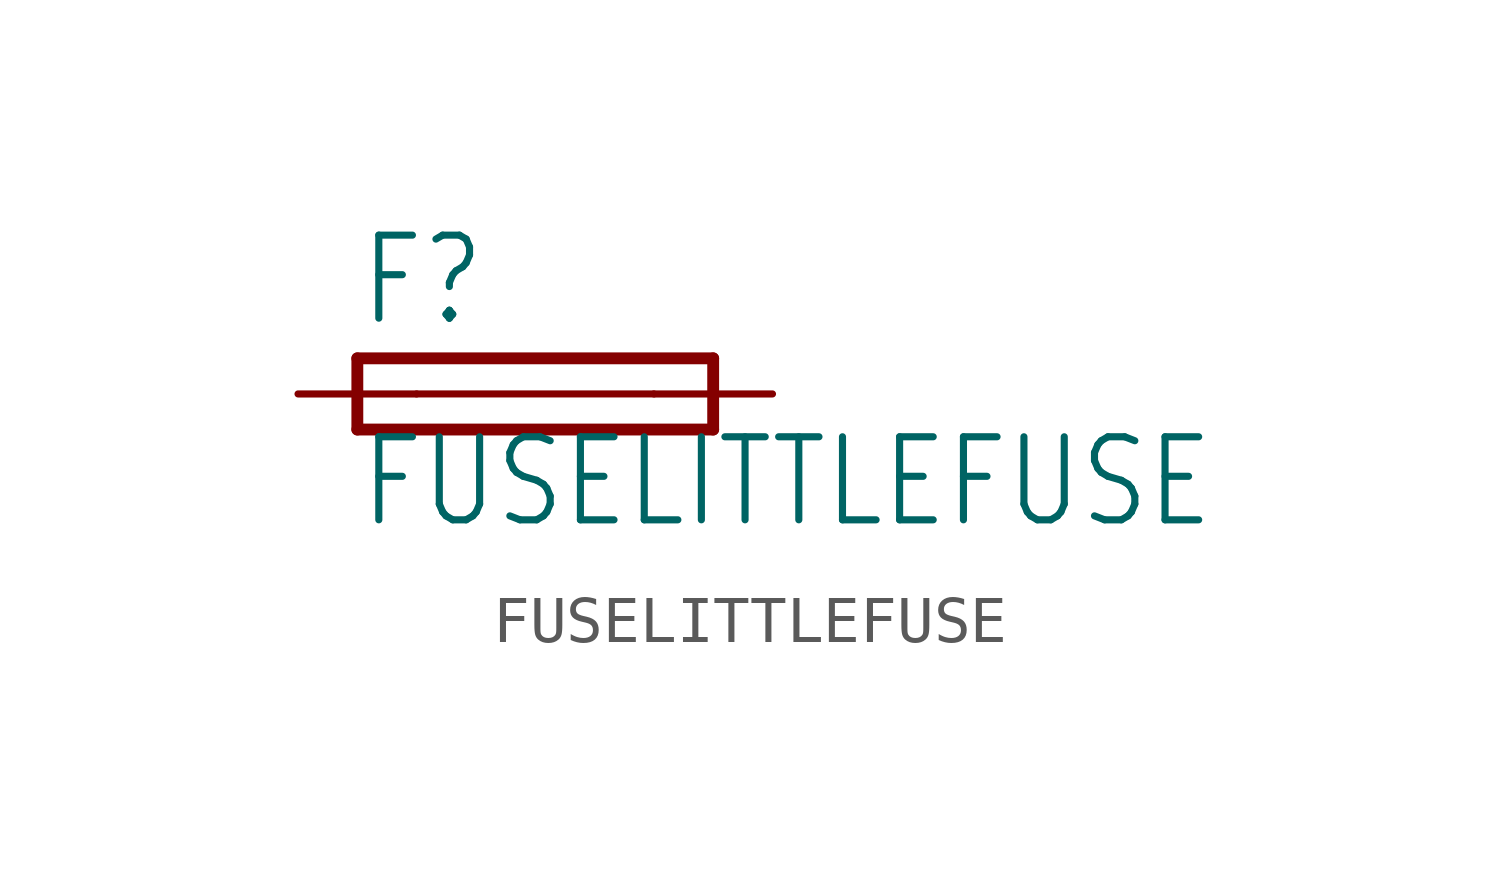
<source format=kicad_sym>
(kicad_symbol_lib
  (version 20200126)
  (host kicad_symbol_editor "5.99.0-unknown-aa7ce74~88~ubuntu18.04.1")
  (symbol "FUSELITTLEFUSE"
    (property "Reference" "F"
      (at -3.81 1.397 0)
      (effects (font (size 1.778 1.511)) (justify left bottom)))
    (property "Value" "FUSELITTLEFUSE"
      (at -3.81 -2.921 0)
      (effects (font (size 1.778 1.511)) (justify left bottom)))
    (property "ki_locked" ""
      (at 0 0 0)
      (effects (font (size 1.27 1.27))))
    (symbol "FUSELITTLEFUSE_1_0"
      (polyline (pts (xy -3.81 -0.762) (xy 3.81 -0.762)) (stroke (width 0.254)) (fill (type none)))
      (polyline (pts (xy 3.81 0.762) (xy -3.81 0.762)) (stroke (width 0.254)) (fill (type none)))
      (polyline (pts (xy 3.81 -0.762) (xy 3.81 0.762)) (stroke (width 0.254)) (fill (type none)))
      (polyline (pts (xy -3.81 0.762) (xy -3.81 -0.762)) (stroke (width 0.254)) (fill (type none)))
      (polyline (pts (xy -2.54 0) (xy 2.54 0)) (stroke (width 0.152)) (fill (type none)))
      (pin passive line (at 5.08 0 180) (length 2.54) (name "2" (effects (font (size 0 0)))) (number "2" (effects (font (size 0 0)))))
      (pin passive line (at -5.08 0 0) (length 2.54) (name "1" (effects (font (size 0 0)))) (number "1" (effects (font (size 0 0))))))))
</source>
